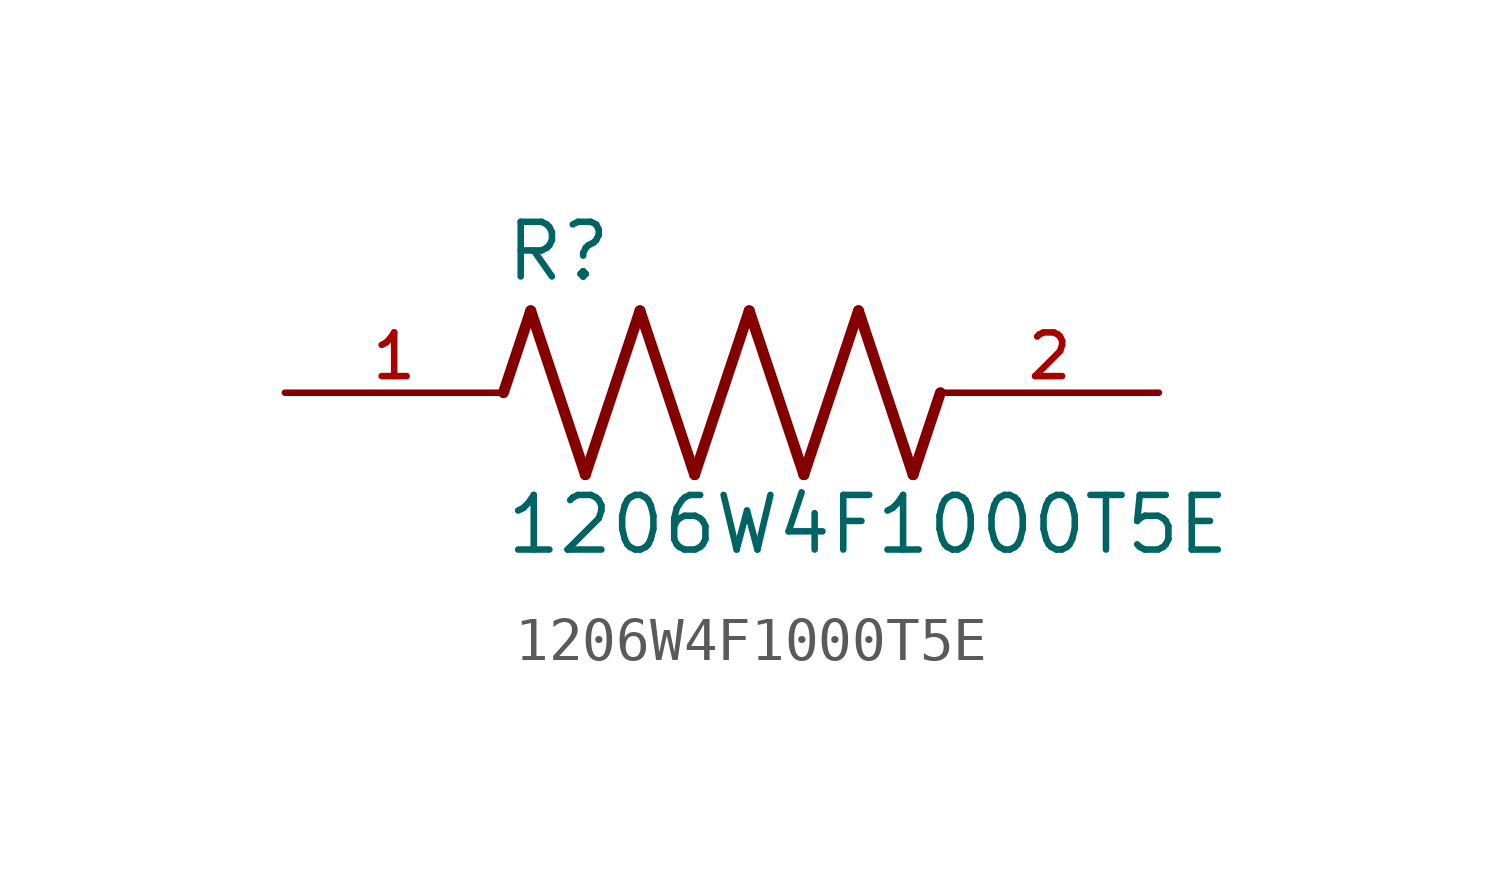
<source format=kicad_sym>
(kicad_symbol_lib
  (version 20211014)
  (generator kicad_symbol_editor)
  (symbol "1206W4F1000T5E"
    (pin_names
      (offset 1.016))
    (property "Reference" "R"
      (at -5.08 2.54 0)
      (effects (font (size 1.27 1.27)) (justify bottom left)))
    (property "Value" "1206W4F1000T5E"
      (at -5.08 -3.81 0)
      (effects (font (size 1.27 1.27)) (justify bottom left)))
    (symbol "1206W4F1000T5E_0_0"
      (polyline (pts (xy -5.08 0.0) (xy -4.445 1.905)) (stroke (width 0.254)))
      (polyline (pts (xy -4.445 1.905) (xy -3.175 -1.905)) (stroke (width 0.254)))
      (polyline (pts (xy -3.175 -1.905) (xy -1.905 1.905)) (stroke (width 0.254)))
      (polyline (pts (xy -1.905 1.905) (xy -0.635 -1.905)) (stroke (width 0.254)))
      (polyline (pts (xy -0.635 -1.905) (xy 0.635 1.905)) (stroke (width 0.254)))
      (polyline (pts (xy 0.635 1.905) (xy 1.905 -1.905)) (stroke (width 0.254)))
      (polyline (pts (xy 1.905 -1.905) (xy 3.175 1.905)) (stroke (width 0.254)))
      (polyline (pts (xy 3.175 1.905) (xy 4.445 -1.905)) (stroke (width 0.254)))
      (polyline (pts (xy 4.445 -1.905) (xy 5.08 0.0)) (stroke (width 0.254)))
      (pin passive line (at -10.16 0.0 0) (length 5.08) (name "~" (effects (font (size 1.016 1.016)))) (number "1" (effects (font (size 1.016 1.016)))))
      (pin passive line (at 10.16 0.0 180.0) (length 5.08) (name "~" (effects (font (size 1.016 1.016)))) (number "2" (effects (font (size 1.016 1.016))))))))
</source>
